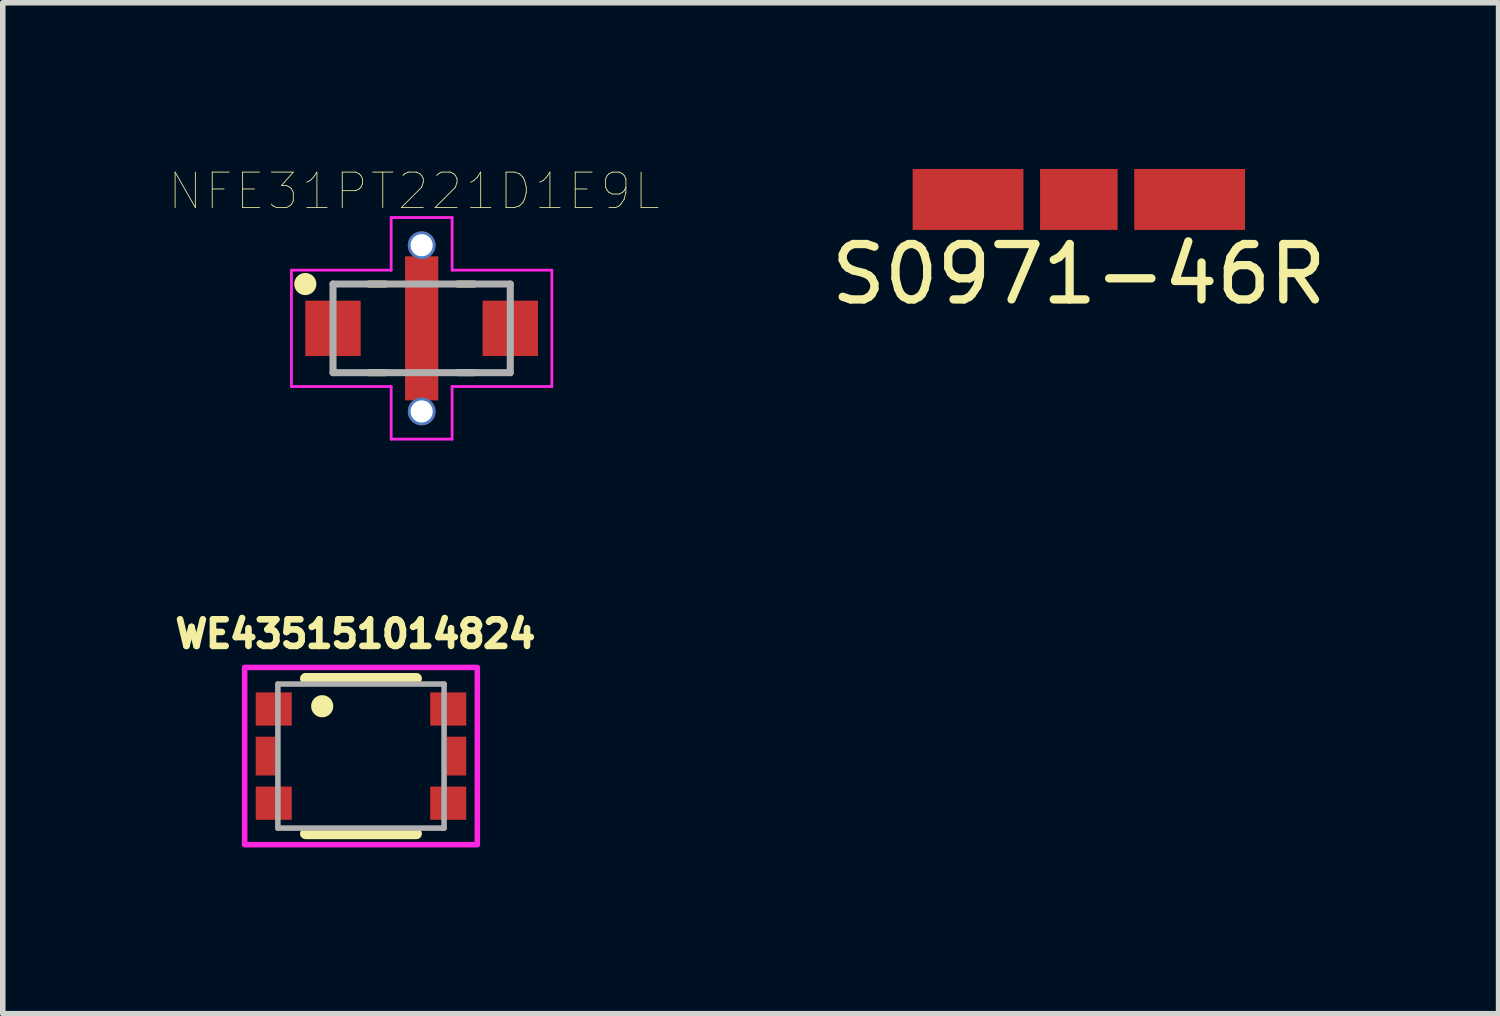
<source format=kicad_pcb>
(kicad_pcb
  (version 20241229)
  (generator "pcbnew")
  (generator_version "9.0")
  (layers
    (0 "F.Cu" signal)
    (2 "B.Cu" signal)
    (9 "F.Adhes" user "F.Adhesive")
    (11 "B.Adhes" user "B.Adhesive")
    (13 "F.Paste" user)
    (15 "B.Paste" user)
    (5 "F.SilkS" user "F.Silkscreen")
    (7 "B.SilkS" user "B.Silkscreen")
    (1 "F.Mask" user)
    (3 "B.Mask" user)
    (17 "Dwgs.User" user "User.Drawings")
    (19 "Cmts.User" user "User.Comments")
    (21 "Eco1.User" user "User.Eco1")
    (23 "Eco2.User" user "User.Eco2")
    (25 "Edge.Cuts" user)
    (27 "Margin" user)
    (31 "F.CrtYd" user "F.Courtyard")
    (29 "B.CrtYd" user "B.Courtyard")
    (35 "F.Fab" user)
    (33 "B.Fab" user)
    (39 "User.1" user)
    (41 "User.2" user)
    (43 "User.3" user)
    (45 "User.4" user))
  (footprint "WE435151014824"
    (layer "F.Cu")
    (at 3.466 10.598)
    (property "Reference" "WE435151014824" (at -0.1 -2.205 0) (layer "F.SilkS") (effects (font (size 0.48 0.48) (thickness 0.15))))
    (attr smd)
    (fp_line (start -1 -1.4) (end 1 -1.4) (stroke (width 0.2) (type solid)) (layer "F.SilkS"))
    (fp_line (start -1 1.4) (end 1 1.4) (stroke (width 0.2) (type solid)) (layer "F.SilkS"))
    (fp_circle (center -0.7 -0.9) (end -0.6 -0.9) (stroke (width 0.2) (type solid)) (fill no) (layer "F.SilkS"))
    (fp_poly (pts (xy -2.1 -1.6) (xy 2.1 -1.6) (xy 2.1 1.6) (xy -2.1 1.6)) (stroke (width 0.1) (type solid)) (fill no) (layer "F.CrtYd"))
    (fp_line (start -1.5 -1.3) (end 1.5 -1.3) (stroke (width 0.1) (type solid)) (layer "F.Fab"))
    (fp_line (start -1.5 1.3) (end -1.5 -1.3) (stroke (width 0.1) (type solid)) (layer "F.Fab"))
    (fp_line (start 1.5 -1.3) (end 1.5 1.3) (stroke (width 0.1) (type solid)) (layer "F.Fab"))
    (fp_line (start 1.5 1.3) (end -1.5 1.3) (stroke (width 0.1) (type solid)) (layer "F.Fab"))
    (pad "1" smd rect (at -1.575 -0.85) (size 0.65 0.6) (layers "F.Cu" "F.Mask" "F.Paste"))
    (pad "2" smd rect (at 1.575 -0.85) (size 0.65 0.6) (layers "F.Cu" "F.Mask" "F.Paste"))
    (pad "3" smd rect (at -1.575 0.85) (size 0.65 0.6) (layers "F.Cu" "F.Mask" "F.Paste"))
    (pad "4" smd rect (at 1.575 0.85) (size 0.65 0.6) (layers "F.Cu" "F.Mask" "F.Paste"))
    (pad "5" smd rect (at -1.725 0) (size 0.35 0.7) (layers "F.Cu" "F.Mask" "F.Paste"))
    (pad "6" smd rect (at 1.725 0) (size 0.35 0.7) (layers "F.Cu" "F.Mask" "F.Paste")))
  (footprint "NFE31PT221D1E9L"
    (layer "F.Cu")
    (at 4.561 2.877)
    (property "Reference" "NFE31PT221D1E9L" (at -0.138 -2.476 0) (layer "F.SilkS") (effects (font (size 0.64 0.64) (thickness 0.015))))
    (attr smd)
    (fp_poly (pts (xy -2.1 -0.5) (xy -1.1 -0.5) (xy -1.1 0.5) (xy -2.1 0.5)) (stroke (width 0.01) (type solid)) (fill yes) (layer "F.Mask"))
    (fp_poly (pts (xy -0.3 -1.3) (xy 0.3 -1.3) (xy 0.3 1.3) (xy -0.3 1.3)) (stroke (width 0.01) (type solid)) (fill yes) (layer "F.Mask"))
    (fp_poly (pts (xy 1.1 -0.5) (xy 2.1 -0.5) (xy 2.1 0.5) (xy 1.1 0.5)) (stroke (width 0.01) (type solid)) (fill yes) (layer "F.Mask"))
    (fp_line (start -0.65 -0.8) (end -0.95 -0.8) (stroke (width 0.127) (type solid)) (layer "F.SilkS"))
    (fp_line (start -0.65 0.8) (end -0.95 0.8) (stroke (width 0.127) (type solid)) (layer "F.SilkS"))
    (fp_line (start 0.95 -0.8) (end 0.65 -0.8) (stroke (width 0.127) (type solid)) (layer "F.SilkS"))
    (fp_line (start 0.95 0.8) (end 0.65 0.8) (stroke (width 0.127) (type solid)) (layer "F.SilkS"))
    (fp_circle (center -2.1 -0.8) (end -2 -0.8) (stroke (width 0.2) (type solid)) (fill no) (layer "F.SilkS"))
    (fp_poly (pts (xy -0.3 -1.3) (xy 0.3 -1.3) (xy 0.3 -0.3) (xy -0.3 -0.3)) (stroke (width 0.01) (type solid)) (fill yes) (layer "F.Paste"))
    (fp_poly (pts (xy -0.3 0.3) (xy 0.3 0.3) (xy 0.3 1.3) (xy -0.3 1.3)) (stroke (width 0.01) (type solid)) (fill yes) (layer "F.Paste"))
    (fp_line (start -2.35 -1.05) (end -0.55 -1.05) (stroke (width 0.05) (type solid)) (layer "F.CrtYd"))
    (fp_line (start -2.35 1.05) (end -2.35 -1.05) (stroke (width 0.05) (type solid)) (layer "F.CrtYd"))
    (fp_line (start -0.55 -2) (end 0.55 -2) (stroke (width 0.05) (type solid)) (layer "F.CrtYd"))
    (fp_line (start -0.55 -1.05) (end -0.55 -2) (stroke (width 0.05) (type solid)) (layer "F.CrtYd"))
    (fp_line (start -0.55 1.05) (end -2.35 1.05) (stroke (width 0.05) (type solid)) (layer "F.CrtYd"))
    (fp_line (start -0.55 2) (end -0.55 1.05) (stroke (width 0.05) (type solid)) (layer "F.CrtYd"))
    (fp_line (start 0.55 -2) (end 0.55 -1.05) (stroke (width 0.05) (type solid)) (layer "F.CrtYd"))
    (fp_line (start 0.55 -1.05) (end 2.35 -1.05) (stroke (width 0.05) (type solid)) (layer "F.CrtYd"))
    (fp_line (start 0.55 1.05) (end 0.55 2) (stroke (width 0.05) (type solid)) (layer "F.CrtYd"))
    (fp_line (start 0.55 2) (end -0.55 2) (stroke (width 0.05) (type solid)) (layer "F.CrtYd"))
    (fp_line (start 2.35 -1.05) (end 2.35 1.05) (stroke (width 0.05) (type solid)) (layer "F.CrtYd"))
    (fp_line (start 2.35 1.05) (end 0.55 1.05) (stroke (width 0.05) (type solid)) (layer "F.CrtYd"))
    (fp_line (start -1.6 -0.8) (end -1.6 0.8) (stroke (width 0.127) (type solid)) (layer "F.Fab"))
    (fp_line (start -1.6 0.8) (end 1.6 0.8) (stroke (width 0.127) (type solid)) (layer "F.Fab"))
    (fp_line (start 1.6 -0.8) (end -1.6 -0.8) (stroke (width 0.127) (type solid)) (layer "F.Fab"))
    (fp_line (start 1.6 0.8) (end 1.6 -0.8) (stroke (width 0.127) (type solid)) (layer "F.Fab"))
    (pad "1" smd rect (at -1.6 0) (size 1 1) (layers "F.Cu" "F.Paste"))
    (pad "2" thru_hole circle (at 0 -1.5) (size 0.5 0.5) (drill 0.4) (layers "*.Cu"))
    (pad "2" smd rect (at 0 0) (size 0.6 2.6) (layers "F.Cu"))
    (pad "2" thru_hole circle (at 0 1.5) (size 0.5 0.5) (drill 0.4) (layers "*.Cu"))
    (pad "3" smd rect (at 1.6 0) (size 1 1) (layers "F.Cu" "F.Paste")))
  (footprint "S0971-46R"
    (layer "F.Cu")
    (at 16.424 0.55)
    (property "Reference" "S0971-46R" (at 0 1.35 0) (layer "F.SilkS") (effects (font (size 1 1) (thickness 0.15))))
    (attr smd)
    (pad "1" smd rect (at -2 0) (size 2 1.1) (layers "F.Cu" "F.Mask" "F.Paste"))
    (pad "1" smd rect (at 0 0) (size 1.4 1.1) (layers "F.Cu" "F.Mask" "F.Paste"))
    (pad "1" smd rect (at 2 0) (size 2 1.1) (layers "F.Cu" "F.Mask" "F.Paste")))
  (gr_rect
    (start -3 -3)
    (end 24.001 15.248)
    (stroke (width 0.1) (type default))
    (fill no)
    (layer "Edge.Cuts")))
</source>
